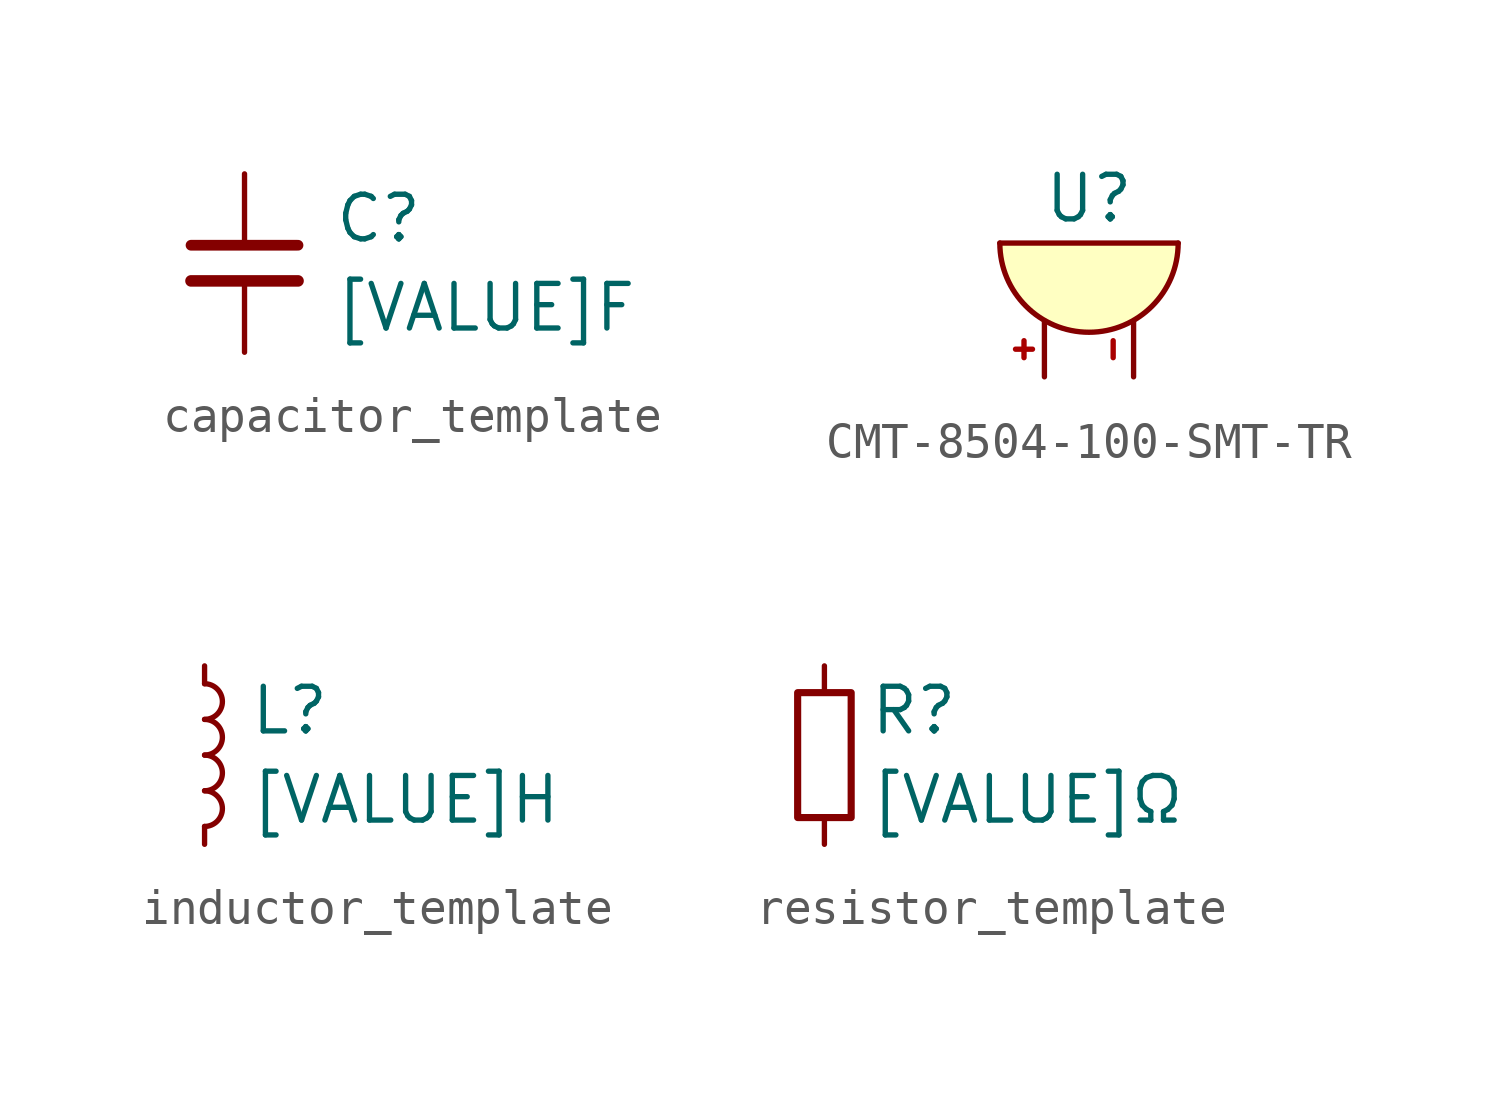
<source format=kicad_sym>
(kicad_symbol_lib
  (version 20241209)
  (generator "kicad_symbol_editor")
  (generator_version "9.0")
  (symbol "capacitor_template"
    (pin_numbers
      (hide yes))
    (pin_names
      (offset 0)
      (hide yes))
    (property "Reference" "C"
      (at 2.54 1.27 0)
      (do_not_autoplace)
      (effects (font (size 1.27 1.27)) (justify left)))
    (property "Value" "[VALUE]F"
      (at 2.54 -1.27 0)
      (do_not_autoplace)
      (effects (font (size 1.27 1.27)) (justify left)))
    (property "Type" "[TYPE]"
      (at 0 -21.59 0)
      (show_name)
      (effects (font (size 1.27 1.27)) (hide yes)))
    (property "Voltage" "[VOLTAGE]V"
      (at 0 -24.13 0)
      (show_name)
      (effects (font (size 1.27 1.27)) (hide yes)))
    (property "Tolerance" "[TOLERANCE]%"
      (at 0 -26.67 0)
      (show_name)
      (effects (font (size 1.27 1.27)) (hide yes)))
    (property "Dialectric" "[DIALECTRIC]"
      (at 0 -29.21 0)
      (show_name)
      (effects (font (size 1.27 1.27)) (hide yes)))
    (property "Minimum Temperature" "[MINIMUM TEMPERATURE]°C"
      (at 0 -31.75 0)
      (show_name)
      (effects (font (size 1.27 1.27)) (hide yes)))
    (property "Maximum Temperature" "[MAXIMUM TEMPERATURE]°C"
      (at 0 -34.29 0)
      (show_name)
      (effects (font (size 1.27 1.27)) (hide yes)))
    (property "Package" "[PACKAGE]"
      (at 0 -36.83 0)
      (show_name)
      (effects (font (size 1.27 1.27)) (hide yes)))
    (property "Ratings" "[RATINGS]"
      (at 0 -39.37 0)
      (show_name)
      (effects (font (size 1.27 1.27)) (hide yes)))
    (symbol "capacitor_template_0_1"
      (polyline (pts (xy -1.524 0.508) (xy 1.524 0.508)) (stroke (width 0.305) (type default)) (fill (type none)))
      (polyline (pts (xy -1.524 -0.508) (xy 1.524 -0.508)) (stroke (width 0.33) (type default)) (fill (type none))))
    (symbol "capacitor_template_1_1"
      (pin passive line (at 0 2.54 270) (length 2.032) (name "~" (effects (font (size 1.27 1.27)))) (number "1" (effects (font (size 1.27 1.27)))))
      (pin passive line (at 0 -2.54 90) (length 2.032) (name "~" (effects (font (size 1.27 1.27)))) (number "2" (effects (font (size 1.27 1.27)))))))
  (symbol "CMT-8504-100-SMT-TR"
    (pin_names
      (hide yes))
    (property "Reference" "U"
      (at 0 5.08 0)
      (effects (font (size 1.27 1.27))))
    (property "Value" ""
      (at 0 0 0)
      (effects (font (size 1.27 1.27))))
    (property "Type" "Magnetic"
      (at 0 -20.32 0)
      (show_name)
      (effects (font (size 1.27 1.27)) (hide yes)))
    (property "Voltage" "1-6V"
      (at 0 -22.86 0)
      (show_name)
      (effects (font (size 1.27 1.27)) (hide yes)))
    (property "Frequency" "4000Hz"
      (at 0 -25.4 0)
      (show_name)
      (effects (font (size 1.27 1.27)) (hide yes)))
    (property "Sound Pressure Level" "100dB @ 10cm"
      (at 0 -27.94 0)
      (show_name)
      (effects (font (size 1.27 1.27)) (hide yes)))
    (property "Coil Resistance" "12-18Ω"
      (at 0 -30.48 0)
      (show_name)
      (effects (font (size 1.27 1.27)) (hide yes)))
    (property "Minimum Temperature" "-40°C"
      (at 0 -33.02 0)
      (show_name)
      (effects (font (size 1.27 1.27)) (hide yes)))
    (property "Maximum Temperature" "+85°C"
      (at 0 -35.56 0)
      (show_name)
      (effects (font (size 1.27 1.27)) (hide yes)))
    (property "Ratings" ""
      (at 0 -38.1 0)
      (show_name)
      (effects (font (size 1.27 1.27)) (hide yes)))
    (symbol "CMT-8504-100-SMT-TR_1_1"
      (polyline (pts (xy -2.54 3.81) (xy 2.54 3.81)) (stroke (width 0) (type default)) (fill (type none)))
      (arc (start 2.54 3.81) (mid 0 1.27) (end -2.54 3.81) (stroke (width 0) (type solid)) (fill (type background)))
      (pin passive line (at -1.27 0 90) (length 1.575) (name "+" (effects (font (size 1.27 1.27)))) (number "+" (effects (font (size 0.635 0.635)))))
      (pin passive line (at 0 2.54 90) (length 0) (hide yes) (name "MP" (effects (font (size 1.27 1.27)))) (number "MP" (effects (font (size 0.635 0.635)))))
      (pin passive line (at 1.27 0 90) (length 1.575) (name "-" (effects (font (size 1.27 1.27)))) (number "-" (effects (font (size 0.635 0.635)))))))
  (symbol "inductor_template"
    (pin_numbers
      (hide yes))
    (pin_names
      (offset 0)
      (hide yes))
    (property "Reference" "L"
      (at 1.27 1.27 0)
      (do_not_autoplace)
      (effects (font (size 1.27 1.27)) (justify left)))
    (property "Value" "[VALUE]H"
      (at 1.27 -1.27 0)
      (do_not_autoplace)
      (effects (font (size 1.27 1.27)) (justify left)))
    (property "Type" "[TYPE]"
      (at 0 -21.59 0)
      (show_name)
      (effects (font (size 1.27 1.27)) (hide yes)))
    (property "Saturation Current" "[SATURATION CURRENT]A"
      (at 0 -29.21 0)
      (show_name)
      (effects (font (size 1.27 1.27)) (hide yes)))
    (property "Minimum Temperature" "[MINIMUM TEMPERATURE]°C"
      (at 0 -36.83 0)
      (show_name)
      (effects (font (size 1.27 1.27)) (hide yes)))
    (property "Maximum Temperature" "[MAXIMUM TEMPERATURE]°C"
      (at 0 -39.37 0)
      (show_name)
      (effects (font (size 1.27 1.27)) (hide yes)))
    (property "Package" "[PACKAGE]"
      (at 0 -41.91 0)
      (show_name)
      (effects (font (size 1.27 1.27)) (hide yes)))
    (property "Ratings" "[RATINGS]"
      (at 0 -44.45 0)
      (show_name)
      (effects (font (size 1.27 1.27)) (hide yes)))
    (property "Tolerance" "[TOLERANCE]%"
      (at 0 -24.13 0)
      (show_name)
      (effects (font (size 1.27 1.27)) (hide yes)))
    (symbol "inductor_template_0_1"
      (arc (start 0 2.032) (mid 0.5058 1.524) (end 0 1.016) (stroke (width 0) (type default)) (fill (type none)))
      (arc (start 0 1.016) (mid 0.5058 0.508) (end 0 0) (stroke (width 0) (type default)) (fill (type none)))
      (arc (start 0 0) (mid 0.5058 -0.508) (end 0 -1.016) (stroke (width 0) (type default)) (fill (type none)))
      (arc (start 0 -1.016) (mid 0.5058 -1.524) (end 0 -2.032) (stroke (width 0) (type default)) (fill (type none))))
    (symbol "inductor_template_1_1"
      (pin passive line (at 0 2.54 270) (length 0.508) (name "~" (effects (font (size 1.27 1.27)))) (number "1" (effects (font (size 1.27 1.27)))))
      (pin passive line (at 0 -2.54 90) (length 0.508) (name "~" (effects (font (size 1.27 1.27)))) (number "2" (effects (font (size 1.27 1.27)))))))
  (symbol "resistor_template"
    (pin_numbers
      (hide yes))
    (pin_names
      (offset 0)
      (hide yes))
    (property "Reference" "R"
      (at 1.27 1.27 0)
      (do_not_autoplace)
      (effects (font (size 1.27 1.27)) (justify left)))
    (property "Value" "[VALUE]Ω"
      (at 1.27 -1.27 0)
      (do_not_autoplace)
      (effects (font (size 1.27 1.27)) (justify left)))
    (property "Type" "[TYPE]"
      (at 0 -21.59 0)
      (show_name)
      (effects (font (size 1.27 1.27)) (hide yes)))
    (property "Voltage" "[VOLTAGE]V"
      (at 0 -24.13 0)
      (show_name)
      (effects (font (size 1.27 1.27)) (hide yes)))
    (property "Power" "[POWER]W"
      (at 0 -26.67 0)
      (show_name)
      (effects (font (size 1.27 1.27)) (hide yes)))
    (property "Tolerance" "[TOLERANCE]%"
      (at 0 -29.21 0)
      (show_name)
      (effects (font (size 1.27 1.27)) (hide yes)))
    (property "Temperature Coefficient" "[TEMPERATURE COEFFICIENT]ppm/°C"
      (at 0 -31.75 0)
      (show_name)
      (effects (font (size 1.27 1.27)) (hide yes)))
    (property "Minimum Temperature" "[MINIMUM TEMPERATURE]°C"
      (at 0 -34.29 0)
      (show_name)
      (effects (font (size 1.27 1.27)) (hide yes)))
    (property "Maximum Temperature" "[MAXIMUM TEMPERATURE]°C"
      (at 0 -36.83 0)
      (show_name)
      (effects (font (size 1.27 1.27)) (hide yes)))
    (property "Package" "[PACKAGE]"
      (at 0 -39.37 0)
      (show_name)
      (effects (font (size 1.27 1.27)) (hide yes)))
    (property "Ratings" "[RATINGS]"
      (at 0 -41.91 0)
      (show_name)
      (effects (font (size 1.27 1.27)) (hide yes)))
    (symbol "resistor_template_0_1"
      (rectangle (start -0.762 1.778) (end 0.762 -1.778) (stroke (width 0.203) (type default)) (fill (type none))))
    (symbol "resistor_template_1_1"
      (pin passive line (at 0 2.54 270) (length 0.762) (name "~" (effects (font (size 1.27 1.27)))) (number "1" (effects (font (size 1.27 1.27)))))
      (pin passive line (at 0 -2.54 90) (length 0.762) (name "~" (effects (font (size 1.27 1.27)))) (number "2" (effects (font (size 1.27 1.27))))))))
</source>
